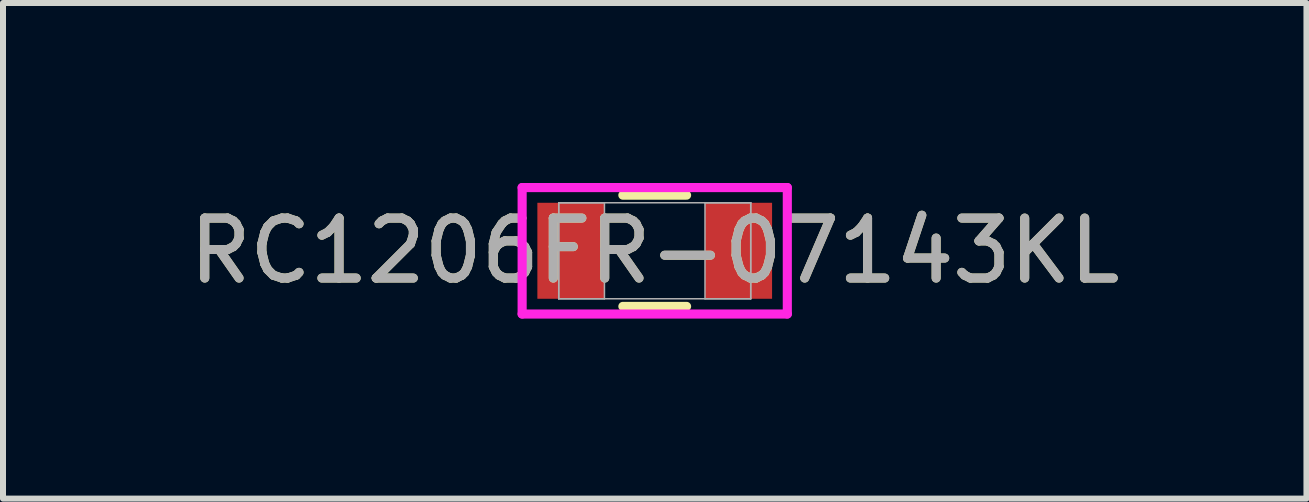
<source format=kicad_pcb>
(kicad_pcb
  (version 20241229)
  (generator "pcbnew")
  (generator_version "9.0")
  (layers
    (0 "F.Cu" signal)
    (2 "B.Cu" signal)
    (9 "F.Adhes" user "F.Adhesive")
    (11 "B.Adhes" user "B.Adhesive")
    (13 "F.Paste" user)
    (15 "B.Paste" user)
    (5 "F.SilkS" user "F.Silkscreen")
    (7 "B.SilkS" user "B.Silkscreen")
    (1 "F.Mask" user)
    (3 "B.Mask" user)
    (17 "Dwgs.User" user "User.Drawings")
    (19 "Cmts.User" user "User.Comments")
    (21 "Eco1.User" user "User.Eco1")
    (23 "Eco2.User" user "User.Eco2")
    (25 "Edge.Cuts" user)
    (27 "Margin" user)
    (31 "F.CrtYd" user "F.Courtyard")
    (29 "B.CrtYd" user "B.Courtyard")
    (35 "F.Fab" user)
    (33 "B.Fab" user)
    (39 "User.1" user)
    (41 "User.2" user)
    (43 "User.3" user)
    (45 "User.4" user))
  (footprint "RC1206FR-07143KL"
    (layer "F.Cu")
    (at 7.863 1.13)
    (property "Reference" "RC1206FR-07143KL" (at 0 0 0) (unlocked yes) (layer "F.SilkS") (effects (font (size 1 1) (thickness 0.15))))
    (attr smd)
    (fp_line (start -0.531 0.927) (end 0.531 0.927) (stroke (width 0.152) (type solid)) (layer "F.SilkS"))
    (fp_line (start 0.531 -0.927) (end -0.531 -0.927) (stroke (width 0.152) (type solid)) (layer "F.SilkS"))
    (fp_line (start -2.21 -1.054) (end 2.21 -1.054) (stroke (width 0.152) (type solid)) (layer "F.CrtYd"))
    (fp_line (start -2.21 1.054) (end -2.21 -1.054) (stroke (width 0.152) (type solid)) (layer "F.CrtYd"))
    (fp_line (start 2.21 -1.054) (end 2.21 1.054) (stroke (width 0.152) (type solid)) (layer "F.CrtYd"))
    (fp_line (start 2.21 1.054) (end -2.21 1.054) (stroke (width 0.152) (type solid)) (layer "F.CrtYd"))
    (fp_line (start -1.6 -0.8) (end -1.6 0.8) (stroke (width 0.025) (type solid)) (layer "F.Fab"))
    (fp_line (start -1.6 -0.8) (end -1.6 0.8) (stroke (width 0.025) (type solid)) (layer "F.Fab"))
    (fp_line (start -1.6 0.8) (end -0.838 0.8) (stroke (width 0.025) (type solid)) (layer "F.Fab"))
    (fp_line (start -1.6 0.8) (end 1.6 0.8) (stroke (width 0.025) (type solid)) (layer "F.Fab"))
    (fp_line (start -0.838 -0.8) (end -1.6 -0.8) (stroke (width 0.025) (type solid)) (layer "F.Fab"))
    (fp_line (start -0.838 0.8) (end -0.838 -0.8) (stroke (width 0.025) (type solid)) (layer "F.Fab"))
    (fp_line (start 0.838 -0.8) (end 0.838 0.8) (stroke (width 0.025) (type solid)) (layer "F.Fab"))
    (fp_line (start 0.838 0.8) (end 1.6 0.8) (stroke (width 0.025) (type solid)) (layer "F.Fab"))
    (fp_line (start 1.6 -0.8) (end -1.6 -0.8) (stroke (width 0.025) (type solid)) (layer "F.Fab"))
    (fp_line (start 1.6 -0.8) (end 0.838 -0.8) (stroke (width 0.025) (type solid)) (layer "F.Fab"))
    (fp_line (start 1.6 0.8) (end 1.6 -0.8) (stroke (width 0.025) (type solid)) (layer "F.Fab"))
    (fp_line (start 1.6 0.8) (end 1.6 -0.8) (stroke (width 0.025) (type solid)) (layer "F.Fab"))
    (fp_text user "${REFERENCE}" (at 0 0 0) (unlocked yes) (layer "F.Fab") (effects (font (size 1 1) (thickness 0.15))))
    (pad "1" smd rect (at -1.397 0) (size 1.118 1.6) (layers "F.Cu" "F.Mask" "F.Paste"))
    (pad "2" smd rect (at 1.397 0) (size 1.118 1.6) (layers "F.Cu" "F.Mask" "F.Paste"))
    (zone (net_name "") (layer "F.Cu") (hatch full 0.508) (connect_pads) (min_thickness 0.254) (filled_areas_thickness no) (keepout (tracks not_allowed) (vias not_allowed) (pads allowed) (copperpour not_allowed) (footprints allowed)) (placement (enabled no)) (fill) (polygon (pts (xy 7.076 0.381) (xy 8.65 0.381) (xy 8.65 1.88) (xy 7.076 1.88)))))
  (gr_rect
    (start -3 -3)
    (end 18.726 5.261)
    (stroke (width 0.1) (type default))
    (fill no)
    (layer "Edge.Cuts")))
</source>
